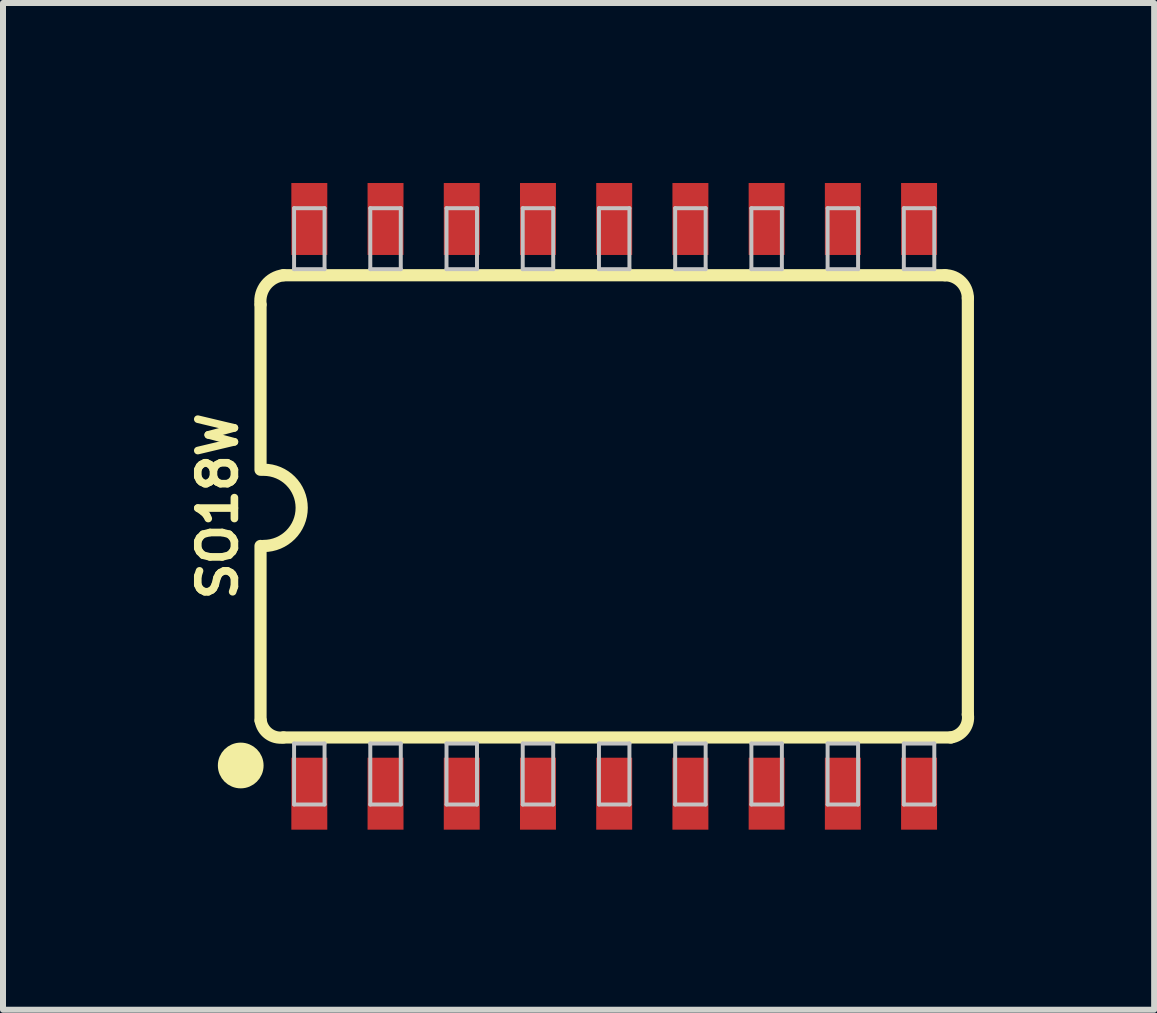
<source format=kicad_pcb>
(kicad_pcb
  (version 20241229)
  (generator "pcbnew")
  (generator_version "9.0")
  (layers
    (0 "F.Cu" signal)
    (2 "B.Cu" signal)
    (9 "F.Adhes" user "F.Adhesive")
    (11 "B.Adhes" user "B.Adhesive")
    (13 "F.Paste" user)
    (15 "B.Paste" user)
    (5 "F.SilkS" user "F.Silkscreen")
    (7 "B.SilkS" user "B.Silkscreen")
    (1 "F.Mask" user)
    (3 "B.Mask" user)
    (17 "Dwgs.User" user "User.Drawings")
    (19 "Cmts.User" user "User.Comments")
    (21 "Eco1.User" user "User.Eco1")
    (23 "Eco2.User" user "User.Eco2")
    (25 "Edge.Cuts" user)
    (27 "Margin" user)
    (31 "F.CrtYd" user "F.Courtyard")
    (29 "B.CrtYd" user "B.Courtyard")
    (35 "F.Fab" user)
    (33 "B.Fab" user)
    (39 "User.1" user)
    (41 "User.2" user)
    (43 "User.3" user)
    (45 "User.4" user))
  (footprint "SO18W"
    (layer "F.Cu")
    (at 7.184 5.387)
    (property "Reference" "SO18W" (at -6.604 0 90) (layer "F.SilkS") (effects (font (size 0.61 0.61) (thickness 0.127))))
    (attr smd)
    (fp_line (start -5.893 -3.355) (end -5.893 -0.61) (stroke (width 0.203) (type solid)) (layer "F.SilkS"))
    (fp_line (start -5.893 3.569) (end -5.893 0.66) (stroke (width 0.203) (type solid)) (layer "F.SilkS"))
    (fp_line (start -5.512 3.851) (end 5.611 3.851) (stroke (width 0.203) (type solid)) (layer "F.SilkS"))
    (fp_line (start 5.512 -3.851) (end -5.512 -3.851) (stroke (width 0.203) (type solid)) (layer "F.SilkS"))
    (fp_line (start 5.893 3.47) (end 5.893 -3.47) (stroke (width 0.203) (type solid)) (layer "F.SilkS"))
    (fp_arc (start -5.8928 -3.36804) (mid -5.80225 -3.688248) (end -5.5118 -3.85064) (stroke (width 0.2032) (type solid)) (layer "F.SilkS"))
    (fp_arc (start -5.842 -0.6096) (mid -5.207 0.0254) (end -5.842 0.6604) (stroke (width 0.2032) (type solid)) (layer "F.SilkS"))
    (fp_arc (start -5.5118 3.85064) (mid -5.759422 3.788052) (end -5.89026 3.5687) (stroke (width 0.2032) (type solid)) (layer "F.SilkS"))
    (fp_arc (start 5.5118 -3.85064) (mid 5.781208 -3.739048) (end 5.8928 -3.46964) (stroke (width 0.2032) (type solid)) (layer "F.SilkS"))
    (fp_arc (start 5.8928 3.46964) (mid 5.829468 3.719058) (end 5.60832 3.85064) (stroke (width 0.2032) (type solid)) (layer "F.SilkS"))
    (fp_circle (center -6.223 4.318) (end -6.096 4.318) (stroke (width 0.254) (type solid)) (fill no) (layer "F.SilkS"))
    (fp_circle (center -6.223 4.318) (end -5.969 4.318) (stroke (width 0.254) (type solid)) (fill no) (layer "F.SilkS"))
    (fp_line (start -5.334 -4.968) (end -4.826 -4.968) (stroke (width 0.066) (type solid)) (layer "Dwgs.User"))
    (fp_line (start -5.334 -3.952) (end -5.334 -4.968) (stroke (width 0.066) (type solid)) (layer "Dwgs.User"))
    (fp_line (start -5.334 -3.952) (end -4.826 -3.952) (stroke (width 0.066) (type solid)) (layer "Dwgs.User"))
    (fp_line (start -5.334 3.952) (end -4.826 3.952) (stroke (width 0.066) (type solid)) (layer "Dwgs.User"))
    (fp_line (start -5.334 4.968) (end -5.334 3.952) (stroke (width 0.066) (type solid)) (layer "Dwgs.User"))
    (fp_line (start -5.334 4.968) (end -4.826 4.968) (stroke (width 0.066) (type solid)) (layer "Dwgs.User"))
    (fp_line (start -4.826 -3.952) (end -4.826 -4.968) (stroke (width 0.066) (type solid)) (layer "Dwgs.User"))
    (fp_line (start -4.826 4.968) (end -4.826 3.952) (stroke (width 0.066) (type solid)) (layer "Dwgs.User"))
    (fp_line (start -4.064 -4.968) (end -3.556 -4.968) (stroke (width 0.066) (type solid)) (layer "Dwgs.User"))
    (fp_line (start -4.064 -3.952) (end -4.064 -4.968) (stroke (width 0.066) (type solid)) (layer "Dwgs.User"))
    (fp_line (start -4.064 -3.952) (end -3.556 -3.952) (stroke (width 0.066) (type solid)) (layer "Dwgs.User"))
    (fp_line (start -4.064 3.952) (end -3.556 3.952) (stroke (width 0.066) (type solid)) (layer "Dwgs.User"))
    (fp_line (start -4.064 4.968) (end -4.064 3.952) (stroke (width 0.066) (type solid)) (layer "Dwgs.User"))
    (fp_line (start -4.064 4.968) (end -3.556 4.968) (stroke (width 0.066) (type solid)) (layer "Dwgs.User"))
    (fp_line (start -3.556 -3.952) (end -3.556 -4.968) (stroke (width 0.066) (type solid)) (layer "Dwgs.User"))
    (fp_line (start -3.556 4.968) (end -3.556 3.952) (stroke (width 0.066) (type solid)) (layer "Dwgs.User"))
    (fp_line (start -2.794 -4.968) (end -2.286 -4.968) (stroke (width 0.066) (type solid)) (layer "Dwgs.User"))
    (fp_line (start -2.794 -3.952) (end -2.794 -4.968) (stroke (width 0.066) (type solid)) (layer "Dwgs.User"))
    (fp_line (start -2.794 -3.952) (end -2.286 -3.952) (stroke (width 0.066) (type solid)) (layer "Dwgs.User"))
    (fp_line (start -2.794 3.952) (end -2.286 3.952) (stroke (width 0.066) (type solid)) (layer "Dwgs.User"))
    (fp_line (start -2.794 4.968) (end -2.794 3.952) (stroke (width 0.066) (type solid)) (layer "Dwgs.User"))
    (fp_line (start -2.794 4.968) (end -2.286 4.968) (stroke (width 0.066) (type solid)) (layer "Dwgs.User"))
    (fp_line (start -2.286 -3.952) (end -2.286 -4.968) (stroke (width 0.066) (type solid)) (layer "Dwgs.User"))
    (fp_line (start -2.286 4.968) (end -2.286 3.952) (stroke (width 0.066) (type solid)) (layer "Dwgs.User"))
    (fp_line (start -1.524 -4.968) (end -1.016 -4.968) (stroke (width 0.066) (type solid)) (layer "Dwgs.User"))
    (fp_line (start -1.524 -3.952) (end -1.524 -4.968) (stroke (width 0.066) (type solid)) (layer "Dwgs.User"))
    (fp_line (start -1.524 -3.952) (end -1.016 -3.952) (stroke (width 0.066) (type solid)) (layer "Dwgs.User"))
    (fp_line (start -1.524 3.952) (end -1.016 3.952) (stroke (width 0.066) (type solid)) (layer "Dwgs.User"))
    (fp_line (start -1.524 4.968) (end -1.524 3.952) (stroke (width 0.066) (type solid)) (layer "Dwgs.User"))
    (fp_line (start -1.524 4.968) (end -1.016 4.968) (stroke (width 0.066) (type solid)) (layer "Dwgs.User"))
    (fp_line (start -1.016 -3.952) (end -1.016 -4.968) (stroke (width 0.066) (type solid)) (layer "Dwgs.User"))
    (fp_line (start -1.016 4.968) (end -1.016 3.952) (stroke (width 0.066) (type solid)) (layer "Dwgs.User"))
    (fp_line (start -0.254 -4.968) (end 0.254 -4.968) (stroke (width 0.066) (type solid)) (layer "Dwgs.User"))
    (fp_line (start -0.254 -3.952) (end -0.254 -4.968) (stroke (width 0.066) (type solid)) (layer "Dwgs.User"))
    (fp_line (start -0.254 -3.952) (end 0.254 -3.952) (stroke (width 0.066) (type solid)) (layer "Dwgs.User"))
    (fp_line (start -0.254 3.952) (end 0.254 3.952) (stroke (width 0.066) (type solid)) (layer "Dwgs.User"))
    (fp_line (start -0.254 4.968) (end -0.254 3.952) (stroke (width 0.066) (type solid)) (layer "Dwgs.User"))
    (fp_line (start -0.254 4.968) (end 0.254 4.968) (stroke (width 0.066) (type solid)) (layer "Dwgs.User"))
    (fp_line (start 0.254 -3.952) (end 0.254 -4.968) (stroke (width 0.066) (type solid)) (layer "Dwgs.User"))
    (fp_line (start 0.254 4.968) (end 0.254 3.952) (stroke (width 0.066) (type solid)) (layer "Dwgs.User"))
    (fp_line (start 1.016 -4.968) (end 1.524 -4.968) (stroke (width 0.066) (type solid)) (layer "Dwgs.User"))
    (fp_line (start 1.016 -3.952) (end 1.016 -4.968) (stroke (width 0.066) (type solid)) (layer "Dwgs.User"))
    (fp_line (start 1.016 -3.952) (end 1.524 -3.952) (stroke (width 0.066) (type solid)) (layer "Dwgs.User"))
    (fp_line (start 1.016 3.952) (end 1.524 3.952) (stroke (width 0.066) (type solid)) (layer "Dwgs.User"))
    (fp_line (start 1.016 4.968) (end 1.016 3.952) (stroke (width 0.066) (type solid)) (layer "Dwgs.User"))
    (fp_line (start 1.016 4.968) (end 1.524 4.968) (stroke (width 0.066) (type solid)) (layer "Dwgs.User"))
    (fp_line (start 1.524 -3.952) (end 1.524 -4.968) (stroke (width 0.066) (type solid)) (layer "Dwgs.User"))
    (fp_line (start 1.524 4.968) (end 1.524 3.952) (stroke (width 0.066) (type solid)) (layer "Dwgs.User"))
    (fp_line (start 2.286 -4.968) (end 2.794 -4.968) (stroke (width 0.066) (type solid)) (layer "Dwgs.User"))
    (fp_line (start 2.286 -3.952) (end 2.286 -4.968) (stroke (width 0.066) (type solid)) (layer "Dwgs.User"))
    (fp_line (start 2.286 -3.952) (end 2.794 -3.952) (stroke (width 0.066) (type solid)) (layer "Dwgs.User"))
    (fp_line (start 2.286 3.952) (end 2.794 3.952) (stroke (width 0.066) (type solid)) (layer "Dwgs.User"))
    (fp_line (start 2.286 4.968) (end 2.286 3.952) (stroke (width 0.066) (type solid)) (layer "Dwgs.User"))
    (fp_line (start 2.286 4.968) (end 2.794 4.968) (stroke (width 0.066) (type solid)) (layer "Dwgs.User"))
    (fp_line (start 2.794 -3.952) (end 2.794 -4.968) (stroke (width 0.066) (type solid)) (layer "Dwgs.User"))
    (fp_line (start 2.794 4.968) (end 2.794 3.952) (stroke (width 0.066) (type solid)) (layer "Dwgs.User"))
    (fp_line (start 3.556 -4.968) (end 4.064 -4.968) (stroke (width 0.066) (type solid)) (layer "Dwgs.User"))
    (fp_line (start 3.556 -3.952) (end 3.556 -4.968) (stroke (width 0.066) (type solid)) (layer "Dwgs.User"))
    (fp_line (start 3.556 -3.952) (end 4.064 -3.952) (stroke (width 0.066) (type solid)) (layer "Dwgs.User"))
    (fp_line (start 3.556 3.952) (end 4.064 3.952) (stroke (width 0.066) (type solid)) (layer "Dwgs.User"))
    (fp_line (start 3.556 4.968) (end 3.556 3.952) (stroke (width 0.066) (type solid)) (layer "Dwgs.User"))
    (fp_line (start 3.556 4.968) (end 4.064 4.968) (stroke (width 0.066) (type solid)) (layer "Dwgs.User"))
    (fp_line (start 4.064 -3.952) (end 4.064 -4.968) (stroke (width 0.066) (type solid)) (layer "Dwgs.User"))
    (fp_line (start 4.064 4.968) (end 4.064 3.952) (stroke (width 0.066) (type solid)) (layer "Dwgs.User"))
    (fp_line (start 4.826 -4.968) (end 5.334 -4.968) (stroke (width 0.066) (type solid)) (layer "Dwgs.User"))
    (fp_line (start 4.826 -3.952) (end 4.826 -4.968) (stroke (width 0.066) (type solid)) (layer "Dwgs.User"))
    (fp_line (start 4.826 -3.952) (end 5.334 -3.952) (stroke (width 0.066) (type solid)) (layer "Dwgs.User"))
    (fp_line (start 4.826 3.952) (end 5.334 3.952) (stroke (width 0.066) (type solid)) (layer "Dwgs.User"))
    (fp_line (start 4.826 4.968) (end 4.826 3.952) (stroke (width 0.066) (type solid)) (layer "Dwgs.User"))
    (fp_line (start 4.826 4.968) (end 5.334 4.968) (stroke (width 0.066) (type solid)) (layer "Dwgs.User"))
    (fp_line (start 5.334 -3.952) (end 5.334 -4.968) (stroke (width 0.066) (type solid)) (layer "Dwgs.User"))
    (fp_line (start 5.334 4.968) (end 5.334 3.952) (stroke (width 0.066) (type solid)) (layer "Dwgs.User"))
    (pad "1" smd rect (at -5.08 4.788) (size 0.599 1.199) (layers "F.Cu" "F.Mask" "F.Paste"))
    (pad "2" smd rect (at -3.81 4.788) (size 0.599 1.199) (layers "F.Cu" "F.Mask" "F.Paste"))
    (pad "3" smd rect (at -2.54 4.788) (size 0.599 1.199) (layers "F.Cu" "F.Mask" "F.Paste"))
    (pad "4" smd rect (at -1.27 4.788) (size 0.599 1.199) (layers "F.Cu" "F.Mask" "F.Paste"))
    (pad "5" smd rect (at 0 4.788) (size 0.599 1.199) (layers "F.Cu" "F.Mask" "F.Paste"))
    (pad "6" smd rect (at 1.27 4.788) (size 0.599 1.199) (layers "F.Cu" "F.Mask" "F.Paste"))
    (pad "7" smd rect (at 2.54 4.788) (size 0.599 1.199) (layers "F.Cu" "F.Mask" "F.Paste"))
    (pad "8" smd rect (at 3.81 4.788) (size 0.599 1.199) (layers "F.Cu" "F.Mask" "F.Paste"))
    (pad "9" smd rect (at 5.08 4.788) (size 0.599 1.199) (layers "F.Cu" "F.Mask" "F.Paste"))
    (pad "10" smd rect (at 5.08 -4.788) (size 0.599 1.199) (layers "F.Cu" "F.Mask" "F.Paste"))
    (pad "11" smd rect (at 3.81 -4.788) (size 0.599 1.199) (layers "F.Cu" "F.Mask" "F.Paste"))
    (pad "12" smd rect (at 2.54 -4.788) (size 0.599 1.199) (layers "F.Cu" "F.Mask" "F.Paste"))
    (pad "13" smd rect (at 1.27 -4.788) (size 0.599 1.199) (layers "F.Cu" "F.Mask" "F.Paste"))
    (pad "14" smd rect (at 0 -4.788) (size 0.599 1.199) (layers "F.Cu" "F.Mask" "F.Paste"))
    (pad "15" smd rect (at -1.27 -4.788) (size 0.599 1.199) (layers "F.Cu" "F.Mask" "F.Paste"))
    (pad "16" smd rect (at -2.54 -4.788) (size 0.599 1.199) (layers "F.Cu" "F.Mask" "F.Paste"))
    (pad "17" smd rect (at -3.81 -4.788) (size 0.599 1.199) (layers "F.Cu" "F.Mask" "F.Paste"))
    (pad "18" smd rect (at -5.08 -4.788) (size 0.599 1.199) (layers "F.Cu" "F.Mask" "F.Paste")))
  (gr_rect
    (start -3 -3)
    (end 16.181 13.775)
    (stroke (width 0.1) (type default))
    (fill no)
    (layer "Edge.Cuts")))
</source>
